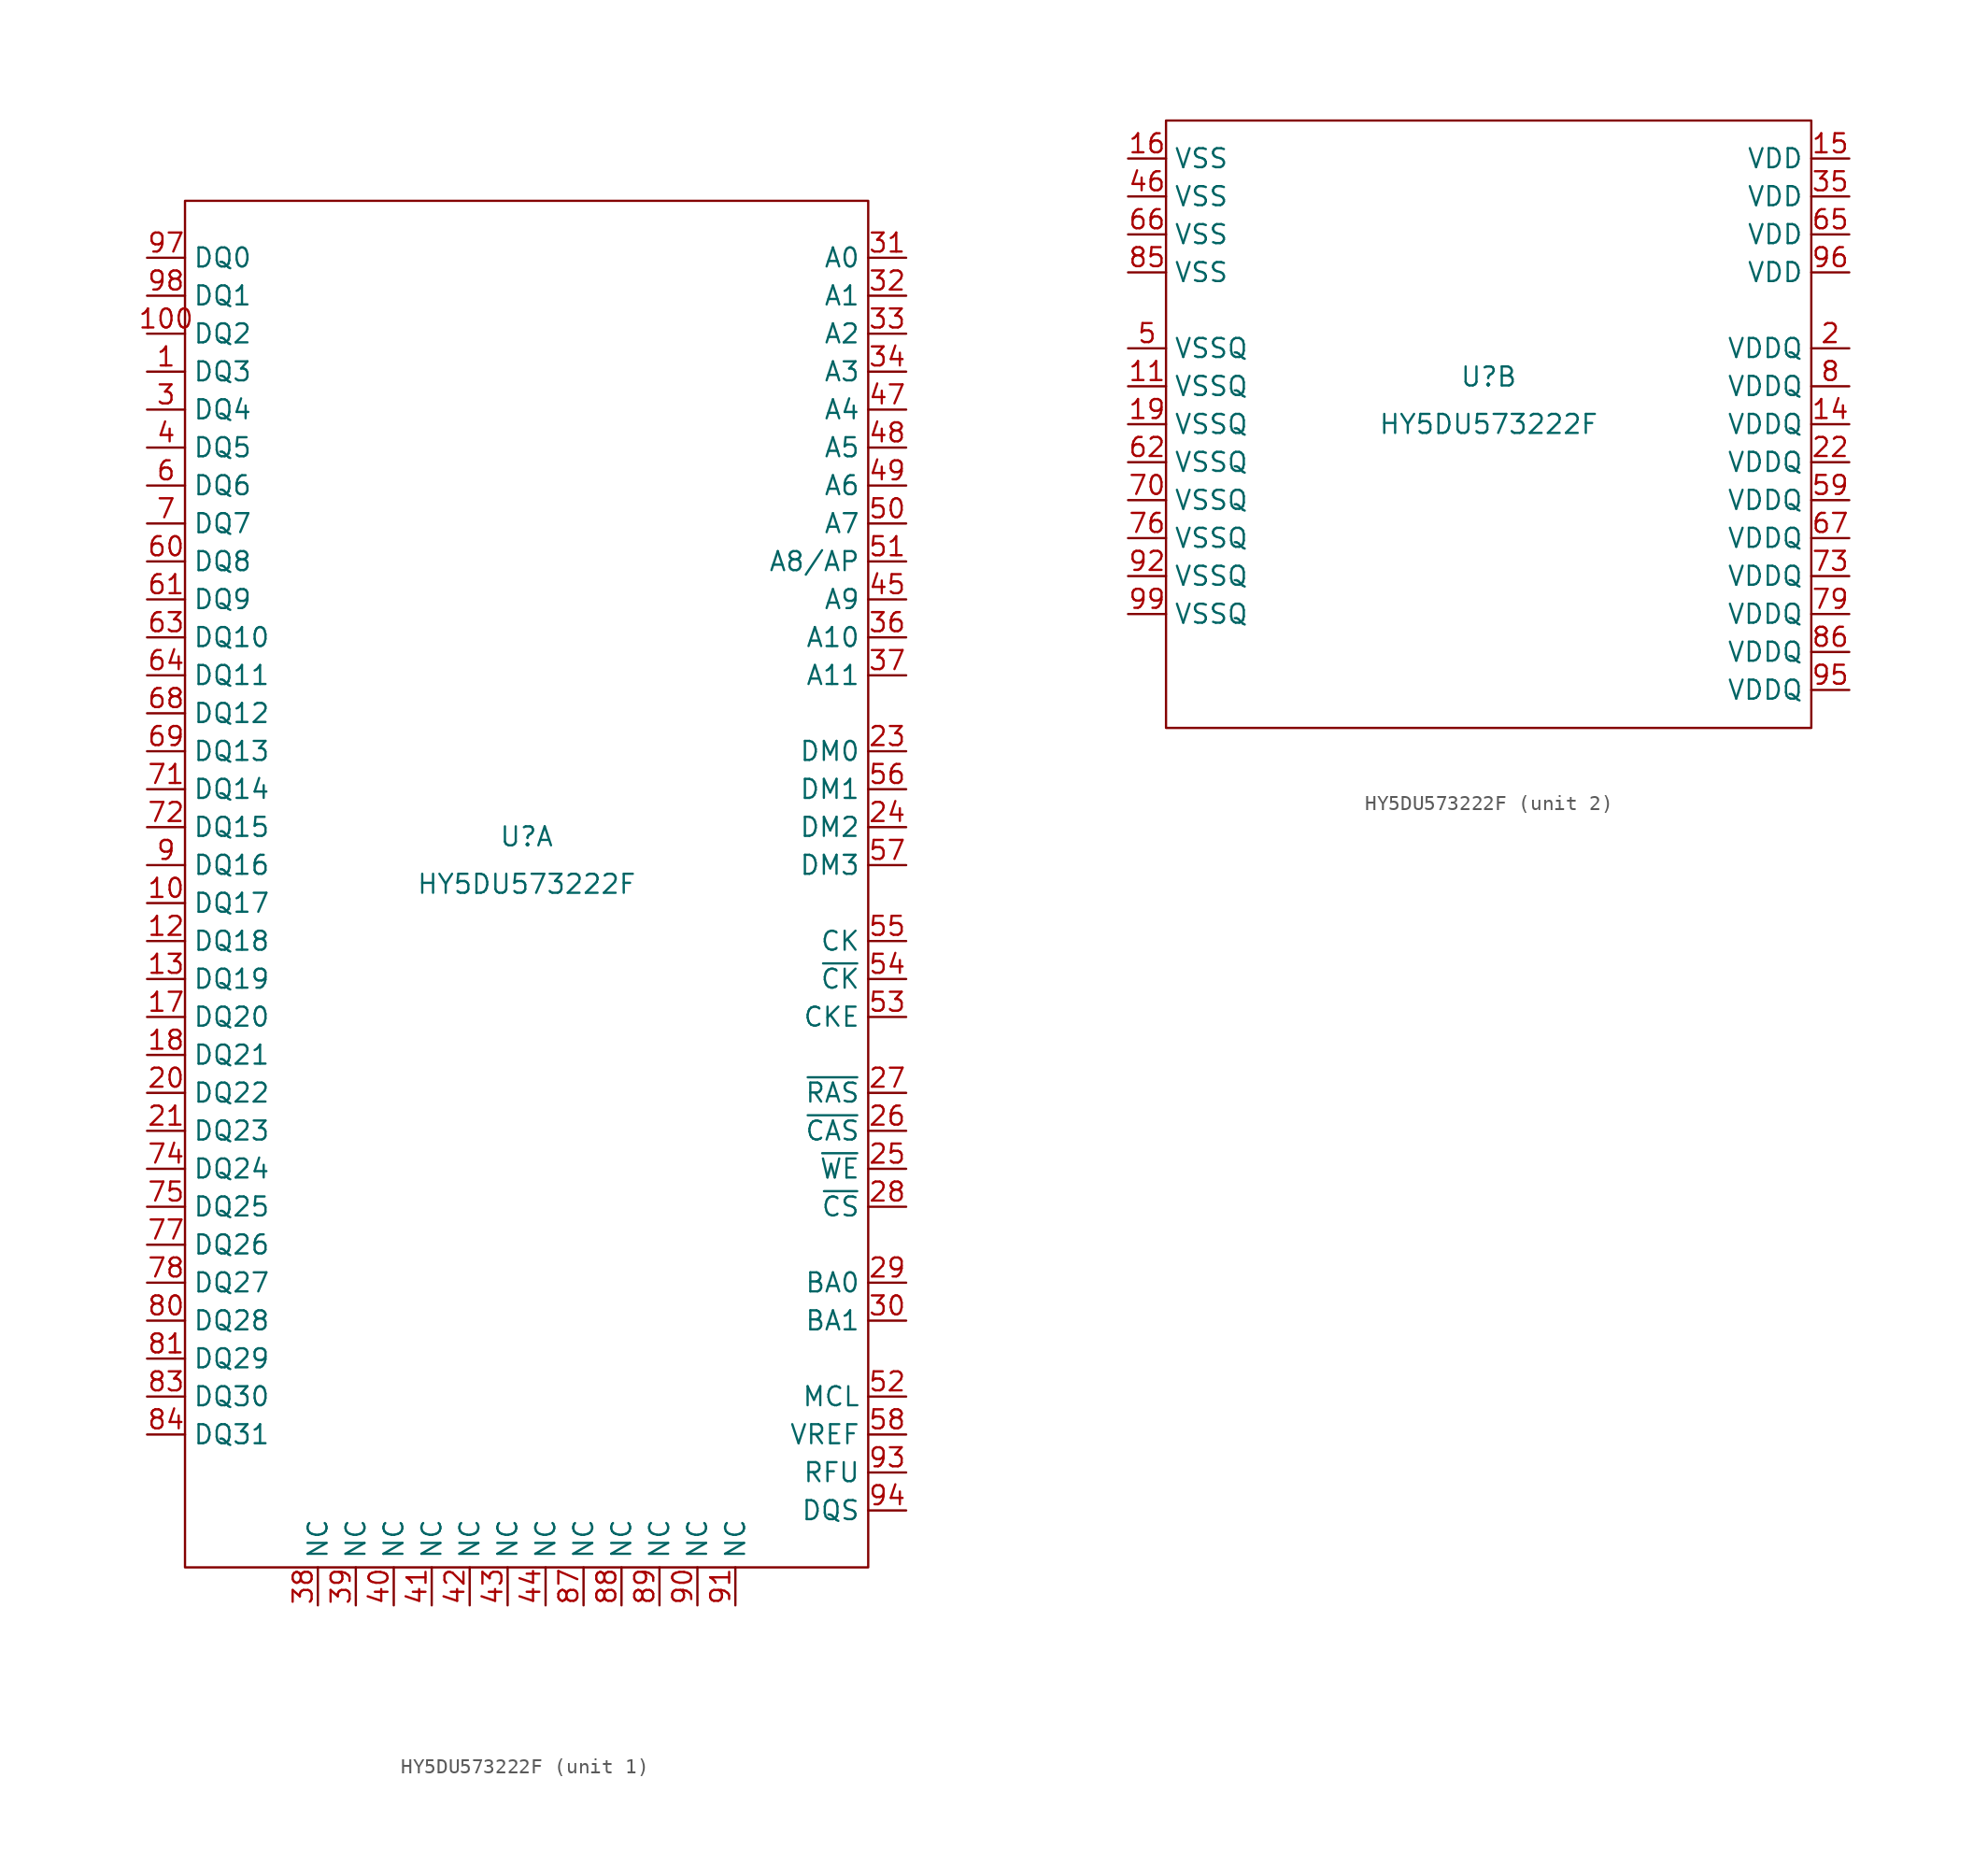
<source format=kicad_sym>
(kicad_symbol_lib
  (version 20211014)
  (generator kicad_symbol_editor)
  (symbol "HY5DU573222F"
    (property "Reference" "U"
      (at 0 3.175 0)
      (effects (font (size 1.27 1.27))))
    (property "Value" "HY5DU573222F"
      (at 0 0 0)
      (effects (font (size 1.27 1.27))))
    (property "ki_locked" ""
      (at 0 0 0)
      (effects (font (size 1.27 1.27))))
    (symbol "HY5DU573222F_1_1"
      (rectangle (start -22.86 45.72) (end 22.86 -45.72) (stroke (width 0) (type default) (color 0 0 0 0)) (fill (type none)))
      (pin bidirectional line (at -25.4 34.29 0) (length 2.54) (name "DQ3" (effects (font (size 1.27 1.27)))) (number "1" (effects (font (size 1.27 1.27)))))
      (pin bidirectional line (at -25.4 -1.27 0) (length 2.54) (name "DQ17" (effects (font (size 1.27 1.27)))) (number "10" (effects (font (size 1.27 1.27)))))
      (pin bidirectional line (at -25.4 36.83 0) (length 2.54) (name "DQ2" (effects (font (size 1.27 1.27)))) (number "100" (effects (font (size 1.27 1.27)))))
      (pin bidirectional line (at -25.4 -3.81 0) (length 2.54) (name "DQ18" (effects (font (size 1.27 1.27)))) (number "12" (effects (font (size 1.27 1.27)))))
      (pin bidirectional line (at -25.4 -6.35 0) (length 2.54) (name "DQ19" (effects (font (size 1.27 1.27)))) (number "13" (effects (font (size 1.27 1.27)))))
      (pin bidirectional line (at -25.4 -8.89 0) (length 2.54) (name "DQ20" (effects (font (size 1.27 1.27)))) (number "17" (effects (font (size 1.27 1.27)))))
      (pin bidirectional line (at -25.4 -11.43 0) (length 2.54) (name "DQ21" (effects (font (size 1.27 1.27)))) (number "18" (effects (font (size 1.27 1.27)))))
      (pin bidirectional line (at -25.4 -13.97 0) (length 2.54) (name "DQ22" (effects (font (size 1.27 1.27)))) (number "20" (effects (font (size 1.27 1.27)))))
      (pin bidirectional line (at -25.4 -16.51 0) (length 2.54) (name "DQ23" (effects (font (size 1.27 1.27)))) (number "21" (effects (font (size 1.27 1.27)))))
      (pin input line (at 25.4 8.89 180) (length 2.54) (name "DM0" (effects (font (size 1.27 1.27)))) (number "23" (effects (font (size 1.27 1.27)))))
      (pin input line (at 25.4 3.81 180) (length 2.54) (name "DM2" (effects (font (size 1.27 1.27)))) (number "24" (effects (font (size 1.27 1.27)))))
      (pin input line (at 25.4 -19.05 180) (length 2.54) (name "~{WE}" (effects (font (size 1.27 1.27)))) (number "25" (effects (font (size 1.27 1.27)))))
      (pin input line (at 25.4 -16.51 180) (length 2.54) (name "~{CAS}" (effects (font (size 1.27 1.27)))) (number "26" (effects (font (size 1.27 1.27)))))
      (pin input line (at 25.4 -13.97 180) (length 2.54) (name "~{RAS}" (effects (font (size 1.27 1.27)))) (number "27" (effects (font (size 1.27 1.27)))))
      (pin input line (at 25.4 -21.59 180) (length 2.54) (name "~{CS}" (effects (font (size 1.27 1.27)))) (number "28" (effects (font (size 1.27 1.27)))))
      (pin input line (at 25.4 -26.67 180) (length 2.54) (name "BA0" (effects (font (size 1.27 1.27)))) (number "29" (effects (font (size 1.27 1.27)))))
      (pin bidirectional line (at -25.4 31.75 0) (length 2.54) (name "DQ4" (effects (font (size 1.27 1.27)))) (number "3" (effects (font (size 1.27 1.27)))))
      (pin input line (at 25.4 -29.21 180) (length 2.54) (name "BA1" (effects (font (size 1.27 1.27)))) (number "30" (effects (font (size 1.27 1.27)))))
      (pin input line (at 25.4 41.91 180) (length 2.54) (name "A0" (effects (font (size 1.27 1.27)))) (number "31" (effects (font (size 1.27 1.27)))))
      (pin input line (at 25.4 39.37 180) (length 2.54) (name "A1" (effects (font (size 1.27 1.27)))) (number "32" (effects (font (size 1.27 1.27)))))
      (pin input line (at 25.4 36.83 180) (length 2.54) (name "A2" (effects (font (size 1.27 1.27)))) (number "33" (effects (font (size 1.27 1.27)))))
      (pin input line (at 25.4 34.29 180) (length 2.54) (name "A3" (effects (font (size 1.27 1.27)))) (number "34" (effects (font (size 1.27 1.27)))))
      (pin input line (at 25.4 16.51 180) (length 2.54) (name "A10" (effects (font (size 1.27 1.27)))) (number "36" (effects (font (size 1.27 1.27)))))
      (pin input line (at 25.4 13.97 180) (length 2.54) (name "A11" (effects (font (size 1.27 1.27)))) (number "37" (effects (font (size 1.27 1.27)))))
      (pin input line (at -13.97 -48.26 90) (length 2.54) (name "NC" (effects (font (size 1.27 1.27)))) (number "38" (effects (font (size 1.27 1.27)))))
      (pin input line (at -11.43 -48.26 90) (length 2.54) (name "NC" (effects (font (size 1.27 1.27)))) (number "39" (effects (font (size 1.27 1.27)))))
      (pin bidirectional line (at -25.4 29.21 0) (length 2.54) (name "DQ5" (effects (font (size 1.27 1.27)))) (number "4" (effects (font (size 1.27 1.27)))))
      (pin input line (at -8.89 -48.26 90) (length 2.54) (name "NC" (effects (font (size 1.27 1.27)))) (number "40" (effects (font (size 1.27 1.27)))))
      (pin input line (at -6.35 -48.26 90) (length 2.54) (name "NC" (effects (font (size 1.27 1.27)))) (number "41" (effects (font (size 1.27 1.27)))))
      (pin input line (at -3.81 -48.26 90) (length 2.54) (name "NC" (effects (font (size 1.27 1.27)))) (number "42" (effects (font (size 1.27 1.27)))))
      (pin input line (at -1.27 -48.26 90) (length 2.54) (name "NC" (effects (font (size 1.27 1.27)))) (number "43" (effects (font (size 1.27 1.27)))))
      (pin input line (at 1.27 -48.26 90) (length 2.54) (name "NC" (effects (font (size 1.27 1.27)))) (number "44" (effects (font (size 1.27 1.27)))))
      (pin input line (at 25.4 19.05 180) (length 2.54) (name "A9" (effects (font (size 1.27 1.27)))) (number "45" (effects (font (size 1.27 1.27)))))
      (pin input line (at 25.4 31.75 180) (length 2.54) (name "A4" (effects (font (size 1.27 1.27)))) (number "47" (effects (font (size 1.27 1.27)))))
      (pin input line (at 25.4 29.21 180) (length 2.54) (name "A5" (effects (font (size 1.27 1.27)))) (number "48" (effects (font (size 1.27 1.27)))))
      (pin input line (at 25.4 26.67 180) (length 2.54) (name "A6" (effects (font (size 1.27 1.27)))) (number "49" (effects (font (size 1.27 1.27)))))
      (pin input line (at 25.4 24.13 180) (length 2.54) (name "A7" (effects (font (size 1.27 1.27)))) (number "50" (effects (font (size 1.27 1.27)))))
      (pin input line (at 25.4 21.59 180) (length 2.54) (name "A8/AP" (effects (font (size 1.27 1.27)))) (number "51" (effects (font (size 1.27 1.27)))))
      (pin input line (at 25.4 -34.29 180) (length 2.54) (name "MCL" (effects (font (size 1.27 1.27)))) (number "52" (effects (font (size 1.27 1.27)))))
      (pin input line (at 25.4 -8.89 180) (length 2.54) (name "CKE" (effects (font (size 1.27 1.27)))) (number "53" (effects (font (size 1.27 1.27)))))
      (pin input line (at 25.4 -6.35 180) (length 2.54) (name "~{CK}" (effects (font (size 1.27 1.27)))) (number "54" (effects (font (size 1.27 1.27)))))
      (pin input line (at 25.4 -3.81 180) (length 2.54) (name "CK" (effects (font (size 1.27 1.27)))) (number "55" (effects (font (size 1.27 1.27)))))
      (pin input line (at 25.4 6.35 180) (length 2.54) (name "DM1" (effects (font (size 1.27 1.27)))) (number "56" (effects (font (size 1.27 1.27)))))
      (pin input line (at 25.4 1.27 180) (length 2.54) (name "DM3" (effects (font (size 1.27 1.27)))) (number "57" (effects (font (size 1.27 1.27)))))
      (pin input line (at 25.4 -36.83 180) (length 2.54) (name "VREF" (effects (font (size 1.27 1.27)))) (number "58" (effects (font (size 1.27 1.27)))))
      (pin bidirectional line (at -25.4 26.67 0) (length 2.54) (name "DQ6" (effects (font (size 1.27 1.27)))) (number "6" (effects (font (size 1.27 1.27)))))
      (pin bidirectional line (at -25.4 21.59 0) (length 2.54) (name "DQ8" (effects (font (size 1.27 1.27)))) (number "60" (effects (font (size 1.27 1.27)))))
      (pin bidirectional line (at -25.4 19.05 0) (length 2.54) (name "DQ9" (effects (font (size 1.27 1.27)))) (number "61" (effects (font (size 1.27 1.27)))))
      (pin bidirectional line (at -25.4 16.51 0) (length 2.54) (name "DQ10" (effects (font (size 1.27 1.27)))) (number "63" (effects (font (size 1.27 1.27)))))
      (pin bidirectional line (at -25.4 13.97 0) (length 2.54) (name "DQ11" (effects (font (size 1.27 1.27)))) (number "64" (effects (font (size 1.27 1.27)))))
      (pin bidirectional line (at -25.4 11.43 0) (length 2.54) (name "DQ12" (effects (font (size 1.27 1.27)))) (number "68" (effects (font (size 1.27 1.27)))))
      (pin bidirectional line (at -25.4 8.89 0) (length 2.54) (name "DQ13" (effects (font (size 1.27 1.27)))) (number "69" (effects (font (size 1.27 1.27)))))
      (pin bidirectional line (at -25.4 24.13 0) (length 2.54) (name "DQ7" (effects (font (size 1.27 1.27)))) (number "7" (effects (font (size 1.27 1.27)))))
      (pin bidirectional line (at -25.4 6.35 0) (length 2.54) (name "DQ14" (effects (font (size 1.27 1.27)))) (number "71" (effects (font (size 1.27 1.27)))))
      (pin bidirectional line (at -25.4 3.81 0) (length 2.54) (name "DQ15" (effects (font (size 1.27 1.27)))) (number "72" (effects (font (size 1.27 1.27)))))
      (pin bidirectional line (at -25.4 -19.05 0) (length 2.54) (name "DQ24" (effects (font (size 1.27 1.27)))) (number "74" (effects (font (size 1.27 1.27)))))
      (pin bidirectional line (at -25.4 -21.59 0) (length 2.54) (name "DQ25" (effects (font (size 1.27 1.27)))) (number "75" (effects (font (size 1.27 1.27)))))
      (pin bidirectional line (at -25.4 -24.13 0) (length 2.54) (name "DQ26" (effects (font (size 1.27 1.27)))) (number "77" (effects (font (size 1.27 1.27)))))
      (pin bidirectional line (at -25.4 -26.67 0) (length 2.54) (name "DQ27" (effects (font (size 1.27 1.27)))) (number "78" (effects (font (size 1.27 1.27)))))
      (pin bidirectional line (at -25.4 -29.21 0) (length 2.54) (name "DQ28" (effects (font (size 1.27 1.27)))) (number "80" (effects (font (size 1.27 1.27)))))
      (pin bidirectional line (at -25.4 -31.75 0) (length 2.54) (name "DQ29" (effects (font (size 1.27 1.27)))) (number "81" (effects (font (size 1.27 1.27)))))
      (pin bidirectional line (at -25.4 -34.29 0) (length 2.54) (name "DQ30" (effects (font (size 1.27 1.27)))) (number "83" (effects (font (size 1.27 1.27)))))
      (pin bidirectional line (at -25.4 -36.83 0) (length 2.54) (name "DQ31" (effects (font (size 1.27 1.27)))) (number "84" (effects (font (size 1.27 1.27)))))
      (pin input line (at 3.81 -48.26 90) (length 2.54) (name "NC" (effects (font (size 1.27 1.27)))) (number "87" (effects (font (size 1.27 1.27)))))
      (pin input line (at 6.35 -48.26 90) (length 2.54) (name "NC" (effects (font (size 1.27 1.27)))) (number "88" (effects (font (size 1.27 1.27)))))
      (pin input line (at 8.89 -48.26 90) (length 2.54) (name "NC" (effects (font (size 1.27 1.27)))) (number "89" (effects (font (size 1.27 1.27)))))
      (pin bidirectional line (at -25.4 1.27 0) (length 2.54) (name "DQ16" (effects (font (size 1.27 1.27)))) (number "9" (effects (font (size 1.27 1.27)))))
      (pin input line (at 11.43 -48.26 90) (length 2.54) (name "NC" (effects (font (size 1.27 1.27)))) (number "90" (effects (font (size 1.27 1.27)))))
      (pin input line (at 13.97 -48.26 90) (length 2.54) (name "NC" (effects (font (size 1.27 1.27)))) (number "91" (effects (font (size 1.27 1.27)))))
      (pin input line (at 25.4 -39.37 180) (length 2.54) (name "RFU" (effects (font (size 1.27 1.27)))) (number "93" (effects (font (size 1.27 1.27)))))
      (pin bidirectional line (at 25.4 -41.91 180) (length 2.54) (name "DQS" (effects (font (size 1.27 1.27)))) (number "94" (effects (font (size 1.27 1.27)))))
      (pin bidirectional line (at -25.4 41.91 0) (length 2.54) (name "DQ0" (effects (font (size 1.27 1.27)))) (number "97" (effects (font (size 1.27 1.27)))))
      (pin bidirectional line (at -25.4 39.37 0) (length 2.54) (name "DQ1" (effects (font (size 1.27 1.27)))) (number "98" (effects (font (size 1.27 1.27))))))
    (symbol "HY5DU573222F_2_1"
      (rectangle (start -21.59 20.32) (end 21.59 -20.32) (stroke (width 0) (type default) (color 0 0 0 0)) (fill (type none)))
      (pin power_in line (at -24.13 2.54 0) (length 2.54) (name "VSSQ" (effects (font (size 1.27 1.27)))) (number "11" (effects (font (size 1.27 1.27)))))
      (pin power_in line (at 24.13 0 180) (length 2.54) (name "VDDQ" (effects (font (size 1.27 1.27)))) (number "14" (effects (font (size 1.27 1.27)))))
      (pin power_in line (at 24.13 17.78 180) (length 2.54) (name "VDD" (effects (font (size 1.27 1.27)))) (number "15" (effects (font (size 1.27 1.27)))))
      (pin power_in line (at -24.13 17.78 0) (length 2.54) (name "VSS" (effects (font (size 1.27 1.27)))) (number "16" (effects (font (size 1.27 1.27)))))
      (pin power_in line (at -24.13 0 0) (length 2.54) (name "VSSQ" (effects (font (size 1.27 1.27)))) (number "19" (effects (font (size 1.27 1.27)))))
      (pin power_in line (at 24.13 5.08 180) (length 2.54) (name "VDDQ" (effects (font (size 1.27 1.27)))) (number "2" (effects (font (size 1.27 1.27)))))
      (pin power_in line (at 24.13 -2.54 180) (length 2.54) (name "VDDQ" (effects (font (size 1.27 1.27)))) (number "22" (effects (font (size 1.27 1.27)))))
      (pin power_in line (at 24.13 15.24 180) (length 2.54) (name "VDD" (effects (font (size 1.27 1.27)))) (number "35" (effects (font (size 1.27 1.27)))))
      (pin power_in line (at -24.13 15.24 0) (length 2.54) (name "VSS" (effects (font (size 1.27 1.27)))) (number "46" (effects (font (size 1.27 1.27)))))
      (pin power_in line (at -24.13 5.08 0) (length 2.54) (name "VSSQ" (effects (font (size 1.27 1.27)))) (number "5" (effects (font (size 1.27 1.27)))))
      (pin power_in line (at 24.13 -5.08 180) (length 2.54) (name "VDDQ" (effects (font (size 1.27 1.27)))) (number "59" (effects (font (size 1.27 1.27)))))
      (pin power_in line (at -24.13 -2.54 0) (length 2.54) (name "VSSQ" (effects (font (size 1.27 1.27)))) (number "62" (effects (font (size 1.27 1.27)))))
      (pin power_in line (at 24.13 12.7 180) (length 2.54) (name "VDD" (effects (font (size 1.27 1.27)))) (number "65" (effects (font (size 1.27 1.27)))))
      (pin power_in line (at -24.13 12.7 0) (length 2.54) (name "VSS" (effects (font (size 1.27 1.27)))) (number "66" (effects (font (size 1.27 1.27)))))
      (pin power_in line (at 24.13 -7.62 180) (length 2.54) (name "VDDQ" (effects (font (size 1.27 1.27)))) (number "67" (effects (font (size 1.27 1.27)))))
      (pin power_in line (at -24.13 -5.08 0) (length 2.54) (name "VSSQ" (effects (font (size 1.27 1.27)))) (number "70" (effects (font (size 1.27 1.27)))))
      (pin power_in line (at 24.13 -10.16 180) (length 2.54) (name "VDDQ" (effects (font (size 1.27 1.27)))) (number "73" (effects (font (size 1.27 1.27)))))
      (pin power_in line (at -24.13 -7.62 0) (length 2.54) (name "VSSQ" (effects (font (size 1.27 1.27)))) (number "76" (effects (font (size 1.27 1.27)))))
      (pin power_in line (at 24.13 -12.7 180) (length 2.54) (name "VDDQ" (effects (font (size 1.27 1.27)))) (number "79" (effects (font (size 1.27 1.27)))))
      (pin power_in line (at 24.13 2.54 180) (length 2.54) (name "VDDQ" (effects (font (size 1.27 1.27)))) (number "8" (effects (font (size 1.27 1.27)))))
      (pin power_in line (at -24.13 10.16 0) (length 2.54) (name "VSS" (effects (font (size 1.27 1.27)))) (number "85" (effects (font (size 1.27 1.27)))))
      (pin power_in line (at 24.13 -15.24 180) (length 2.54) (name "VDDQ" (effects (font (size 1.27 1.27)))) (number "86" (effects (font (size 1.27 1.27)))))
      (pin power_in line (at -24.13 -10.16 0) (length 2.54) (name "VSSQ" (effects (font (size 1.27 1.27)))) (number "92" (effects (font (size 1.27 1.27)))))
      (pin power_in line (at 24.13 -17.78 180) (length 2.54) (name "VDDQ" (effects (font (size 1.27 1.27)))) (number "95" (effects (font (size 1.27 1.27)))))
      (pin power_in line (at 24.13 10.16 180) (length 2.54) (name "VDD" (effects (font (size 1.27 1.27)))) (number "96" (effects (font (size 1.27 1.27)))))
      (pin power_in line (at -24.13 -12.7 0) (length 2.54) (name "VSSQ" (effects (font (size 1.27 1.27)))) (number "99" (effects (font (size 1.27 1.27))))))))
</source>
